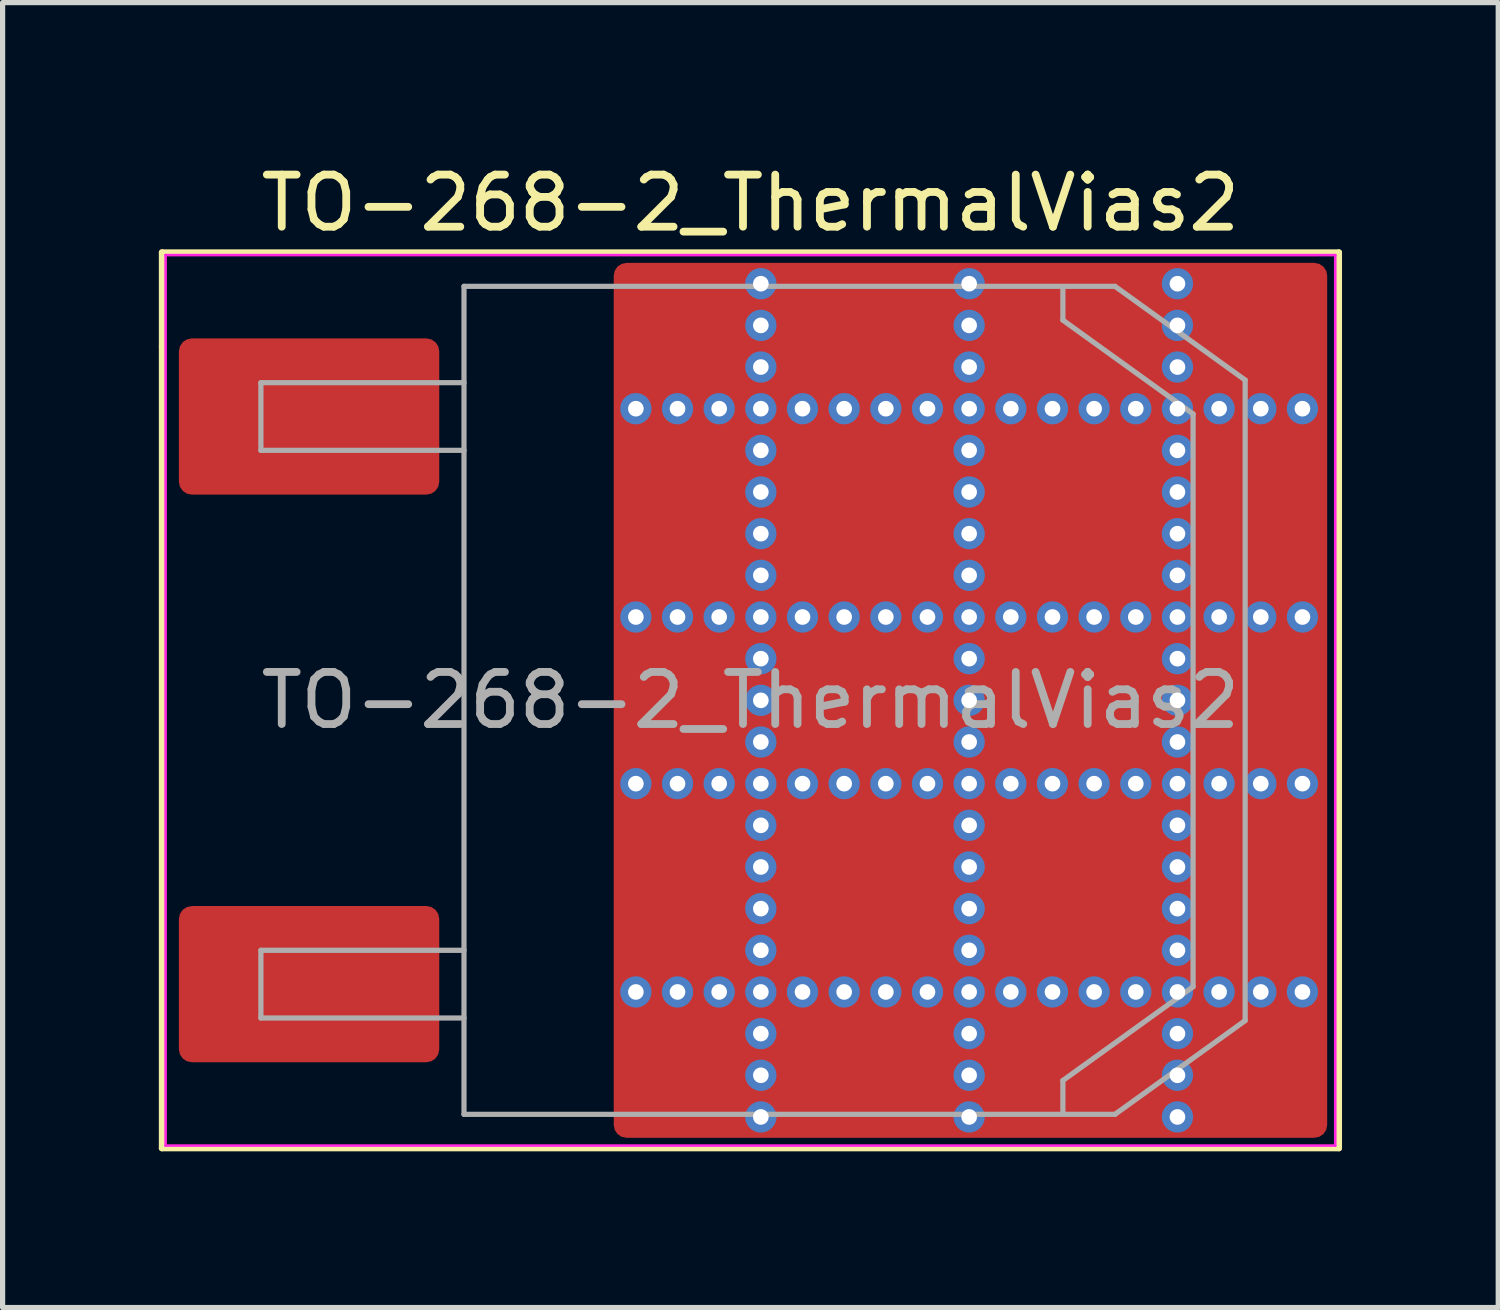
<source format=kicad_pcb>
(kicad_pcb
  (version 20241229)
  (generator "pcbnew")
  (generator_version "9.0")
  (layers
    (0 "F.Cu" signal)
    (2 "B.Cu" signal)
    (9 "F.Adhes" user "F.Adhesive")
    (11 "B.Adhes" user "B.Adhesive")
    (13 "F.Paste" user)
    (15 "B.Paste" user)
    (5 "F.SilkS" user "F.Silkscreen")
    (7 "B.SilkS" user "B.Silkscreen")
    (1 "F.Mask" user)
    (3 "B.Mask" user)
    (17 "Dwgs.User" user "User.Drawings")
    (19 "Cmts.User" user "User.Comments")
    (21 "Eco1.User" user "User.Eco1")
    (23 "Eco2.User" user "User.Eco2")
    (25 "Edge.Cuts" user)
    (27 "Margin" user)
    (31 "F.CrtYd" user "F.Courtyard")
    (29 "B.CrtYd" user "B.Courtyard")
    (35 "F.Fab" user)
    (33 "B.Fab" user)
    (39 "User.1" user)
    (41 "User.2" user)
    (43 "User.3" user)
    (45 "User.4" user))
  (footprint "TO-268-2_ThermalVias2"
    (layer "F.Cu")
    (at 11.36 10.398)
    (property "Reference" "TO-268-2_ThermalVias2" (at 0 -9.55 0) (layer "F.SilkS") (effects (font (size 1 1) (thickness 0.15))))
    (attr smd)
    (fp_line (start -11.3 -8.6) (end 11.3 -8.6) (stroke (width 0.12) (type solid)) (layer "F.SilkS"))
    (fp_line (start -11.3 -6.795) (end -11.3 -8.6) (stroke (width 0.12) (type solid)) (layer "F.SilkS"))
    (fp_line (start -11.3 8.6) (end -11.3 -6.795) (stroke (width 0.12) (type solid)) (layer "F.SilkS"))
    (fp_line (start 11.3 -8.6) (end 11.3 8.6) (stroke (width 0.12) (type solid)) (layer "F.SilkS"))
    (fp_line (start 11.3 8.6) (end -11.3 8.6) (stroke (width 0.12) (type solid)) (layer "F.SilkS"))
    (fp_line (start -11.23 -8.55) (end -11.23 8.55) (stroke (width 0.05) (type solid)) (layer "F.CrtYd"))
    (fp_line (start -11.23 8.55) (end 11.23 8.55) (stroke (width 0.05) (type solid)) (layer "F.CrtYd"))
    (fp_line (start 11.23 -8.55) (end -11.23 -8.55) (stroke (width 0.05) (type solid)) (layer "F.CrtYd"))
    (fp_line (start 11.23 8.55) (end 11.23 -8.55) (stroke (width 0.05) (type solid)) (layer "F.CrtYd"))
    (fp_line (start -9.4 -6.1) (end -9.4 -4.8) (stroke (width 0.1) (type solid)) (layer "F.Fab"))
    (fp_line (start -9.4 -4.8) (end -5.5 -4.8) (stroke (width 0.1) (type solid)) (layer "F.Fab"))
    (fp_line (start -9.4 4.8) (end -9.4 6.1) (stroke (width 0.1) (type solid)) (layer "F.Fab"))
    (fp_line (start -9.4 6.1) (end -5.5 6.1) (stroke (width 0.1) (type solid)) (layer "F.Fab"))
    (fp_line (start -5.5 -7.95) (end 7 -7.95) (stroke (width 0.1) (type solid)) (layer "F.Fab"))
    (fp_line (start -5.5 -6.1) (end -9.4 -6.1) (stroke (width 0.1) (type solid)) (layer "F.Fab"))
    (fp_line (start -5.5 4.8) (end -9.4 4.8) (stroke (width 0.1) (type solid)) (layer "F.Fab"))
    (fp_line (start -5.5 7.95) (end -5.5 -7.95) (stroke (width 0.1) (type solid)) (layer "F.Fab"))
    (fp_line (start 6 -7.3) (end 6 -7.9) (stroke (width 0.1) (type solid)) (layer "F.Fab"))
    (fp_line (start 6 7.3) (end 8.5 5.5) (stroke (width 0.1) (type solid)) (layer "F.Fab"))
    (fp_line (start 6 7.9) (end 6 7.3) (stroke (width 0.1) (type solid)) (layer "F.Fab"))
    (fp_line (start 7 7.95) (end -5.5 7.95) (stroke (width 0.1) (type solid)) (layer "F.Fab"))
    (fp_line (start 7 7.95) (end 9.5 6.15) (stroke (width 0.1) (type solid)) (layer "F.Fab"))
    (fp_line (start 8.5 -5.5) (end 6 -7.3) (stroke (width 0.1) (type solid)) (layer "F.Fab"))
    (fp_line (start 8.5 -5.5) (end 8.5 5.5) (stroke (width 0.1) (type solid)) (layer "F.Fab"))
    (fp_line (start 9.5 -6.15) (end 7 -7.95) (stroke (width 0.1) (type solid)) (layer "F.Fab"))
    (fp_line (start 9.5 -6.15) (end 9.5 6.15) (stroke (width 0.1) (type solid)) (layer "F.Fab"))
    (fp_text user "${REFERENCE}" (at 0 0 0) (layer "F.Fab") (effects (font (size 1 1) (thickness 0.15))))
    (pad "" smd roundrect (at -1.85 -7.65) (size 0.9 0.9) (layers "F.Paste") (roundrect_rratio 0.25))
    (pad "" smd roundrect (at -1.85 -6.55) (size 0.9 0.9) (layers "F.Paste") (roundrect_rratio 0.25))
    (pad "" smd roundrect (at -1.85 -4.7) (size 0.9 0.9) (layers "F.Paste") (roundrect_rratio 0.25))
    (pad "" smd roundrect (at -1.85 -3.6) (size 0.9 0.9) (layers "F.Paste") (roundrect_rratio 0.25))
    (pad "" smd roundrect (at -1.85 -2.5) (size 0.9 0.9) (layers "F.Paste") (roundrect_rratio 0.25))
    (pad "" smd roundrect (at -1.85 -0.625) (size 0.9 0.95) (layers "F.Paste") (roundrect_rratio 0.25))
    (pad "" smd roundrect (at -1.85 0.625) (size 0.9 0.95) (layers "F.Paste") (roundrect_rratio 0.25))
    (pad "" smd roundrect (at -1.85 2.5) (size 0.9 0.9) (layers "F.Paste") (roundrect_rratio 0.25))
    (pad "" smd roundrect (at -1.85 3.6) (size 0.9 0.9) (layers "F.Paste") (roundrect_rratio 0.25))
    (pad "" smd roundrect (at -1.85 4.7) (size 0.9 0.9) (layers "F.Paste") (roundrect_rratio 0.25))
    (pad "" smd roundrect (at -1.85 6.55) (size 0.9 0.9) (layers "F.Paste") (roundrect_rratio 0.25))
    (pad "" smd roundrect (at -1.85 7.65) (size 0.9 0.9) (layers "F.Paste") (roundrect_rratio 0.25))
    (pad "" smd roundrect (at -1.312 -7.1 90) (size 2.4 2.425) (layers "F.Mask") (roundrect_rratio 0.104))
    (pad "" smd roundrect (at -1.312 -3.6 90) (size 3.4 2.425) (layers "F.Mask") (roundrect_rratio 0.103))
    (pad "" smd roundrect (at -1.312 0 90) (size 2.6 2.425) (layers "F.Mask") (roundrect_rratio 0.103))
    (pad "" smd roundrect (at -1.312 3.6 90) (size 3.4 2.425) (layers "F.Mask") (roundrect_rratio 0.103))
    (pad "" smd roundrect (at -1.312 7.1 90) (size 2.4 2.425) (layers "F.Mask") (roundrect_rratio 0.104))
    (pad "" smd roundrect (at -0.75 -7.65) (size 0.9 0.9) (layers "F.Paste") (roundrect_rratio 0.25))
    (pad "" smd roundrect (at -0.75 -6.55) (size 0.9 0.9) (layers "F.Paste") (roundrect_rratio 0.25))
    (pad "" smd roundrect (at -0.75 -4.7) (size 0.9 0.9) (layers "F.Paste") (roundrect_rratio 0.25))
    (pad "" smd roundrect (at -0.75 -3.6) (size 0.9 0.9) (layers "F.Paste") (roundrect_rratio 0.25))
    (pad "" smd roundrect (at -0.75 -2.5) (size 0.9 0.9) (layers "F.Paste") (roundrect_rratio 0.25))
    (pad "" smd roundrect (at -0.75 -0.625) (size 0.9 0.95) (layers "F.Paste") (roundrect_rratio 0.25))
    (pad "" smd roundrect (at -0.75 0.625) (size 0.9 0.95) (layers "F.Paste") (roundrect_rratio 0.25))
    (pad "" smd roundrect (at -0.75 2.5) (size 0.9 0.9) (layers "F.Paste") (roundrect_rratio 0.25))
    (pad "" smd roundrect (at -0.75 3.6) (size 0.9 0.9) (layers "F.Paste") (roundrect_rratio 0.25))
    (pad "" smd roundrect (at -0.75 4.7) (size 0.9 0.9) (layers "F.Paste") (roundrect_rratio 0.25))
    (pad "" smd roundrect (at -0.75 6.55) (size 0.9 0.9) (layers "F.Paste") (roundrect_rratio 0.25))
    (pad "" smd roundrect (at -0.75 7.65) (size 0.9 0.9) (layers "F.Paste") (roundrect_rratio 0.25))
    (pad "" smd roundrect (at 1.1 -7.65) (size 0.9 0.9) (layers "F.Paste") (roundrect_rratio 0.25))
    (pad "" smd roundrect (at 1.1 -6.55) (size 0.9 0.9) (layers "F.Paste") (roundrect_rratio 0.25))
    (pad "" smd roundrect (at 1.1 -4.7) (size 0.9 0.9) (layers "F.Paste") (roundrect_rratio 0.25))
    (pad "" smd roundrect (at 1.1 -3.6) (size 0.9 0.9) (layers "F.Paste") (roundrect_rratio 0.25))
    (pad "" smd roundrect (at 1.1 -2.5) (size 0.9 0.9) (layers "F.Paste") (roundrect_rratio 0.25))
    (pad "" smd roundrect (at 1.1 -0.625) (size 0.9 0.95) (layers "F.Paste") (roundrect_rratio 0.25))
    (pad "" smd roundrect (at 1.1 0.625) (size 0.9 0.95) (layers "F.Paste") (roundrect_rratio 0.25))
    (pad "" smd roundrect (at 1.1 2.5) (size 0.9 0.9) (layers "F.Paste") (roundrect_rratio 0.25))
    (pad "" smd roundrect (at 1.1 3.6) (size 0.9 0.9) (layers "F.Paste") (roundrect_rratio 0.25))
    (pad "" smd roundrect (at 1.1 4.7) (size 0.9 0.9) (layers "F.Paste") (roundrect_rratio 0.25))
    (pad "" smd roundrect (at 1.1 6.55) (size 0.9 0.9) (layers "F.Paste") (roundrect_rratio 0.25))
    (pad "" smd roundrect (at 1.1 7.65) (size 0.9 0.9) (layers "F.Paste") (roundrect_rratio 0.25))
    (pad "" smd roundrect (at 2.2 -7.65) (size 0.9 0.9) (layers "F.Paste") (roundrect_rratio 0.25))
    (pad "" smd roundrect (at 2.2 -7.1 90) (size 2.4 3.4) (layers "F.Mask") (roundrect_rratio 0.104))
    (pad "" smd roundrect (at 2.2 -6.55) (size 0.9 0.9) (layers "F.Paste") (roundrect_rratio 0.25))
    (pad "" smd roundrect (at 2.2 -4.7) (size 0.9 0.9) (layers "F.Paste") (roundrect_rratio 0.25))
    (pad "" smd roundrect (at 2.2 -3.6) (size 0.9 0.9) (layers "F.Paste") (roundrect_rratio 0.25))
    (pad "" smd roundrect (at 2.2 -3.6 90) (size 3.4 3.4) (layers "F.Mask") (roundrect_rratio 0.074))
    (pad "" smd roundrect (at 2.2 -2.5) (size 0.9 0.9) (layers "F.Paste") (roundrect_rratio 0.25))
    (pad "" smd roundrect (at 2.2 -0.625) (size 0.9 0.95) (layers "F.Paste") (roundrect_rratio 0.25))
    (pad "" smd roundrect (at 2.2 0 90) (size 2.6 3.4) (layers "F.Mask") (roundrect_rratio 0.096))
    (pad "" smd roundrect (at 2.2 0.625) (size 0.9 0.95) (layers "F.Paste") (roundrect_rratio 0.25))
    (pad "" smd roundrect (at 2.2 2.5) (size 0.9 0.9) (layers "F.Paste") (roundrect_rratio 0.25))
    (pad "" smd roundrect (at 2.2 3.6) (size 0.9 0.9) (layers "F.Paste") (roundrect_rratio 0.25))
    (pad "" smd roundrect (at 2.2 3.6 90) (size 3.4 3.4) (layers "F.Mask") (roundrect_rratio 0.074))
    (pad "" smd roundrect (at 2.2 4.7) (size 0.9 0.9) (layers "F.Paste") (roundrect_rratio 0.25))
    (pad "" smd roundrect (at 2.2 6.55) (size 0.9 0.9) (layers "F.Paste") (roundrect_rratio 0.25))
    (pad "" smd roundrect (at 2.2 7.1 90) (size 2.4 3.4) (layers "F.Mask") (roundrect_rratio 0.104))
    (pad "" smd roundrect (at 2.2 7.65) (size 0.9 0.9) (layers "F.Paste") (roundrect_rratio 0.25))
    (pad "" smd roundrect (at 3.3 -7.65) (size 0.9 0.9) (layers "F.Paste") (roundrect_rratio 0.25))
    (pad "" smd roundrect (at 3.3 -6.55) (size 0.9 0.9) (layers "F.Paste") (roundrect_rratio 0.25))
    (pad "" smd roundrect (at 3.3 -4.7) (size 0.9 0.9) (layers "F.Paste") (roundrect_rratio 0.25))
    (pad "" smd roundrect (at 3.3 -3.6) (size 0.9 0.9) (layers "F.Paste") (roundrect_rratio 0.25))
    (pad "" smd roundrect (at 3.3 -2.5) (size 0.9 0.9) (layers "F.Paste") (roundrect_rratio 0.25))
    (pad "" smd roundrect (at 3.3 -0.625) (size 0.9 0.95) (layers "F.Paste") (roundrect_rratio 0.25))
    (pad "" smd roundrect (at 3.3 0.625) (size 0.9 0.95) (layers "F.Paste") (roundrect_rratio 0.25))
    (pad "" smd roundrect (at 3.3 2.5) (size 0.9 0.9) (layers "F.Paste") (roundrect_rratio 0.25))
    (pad "" smd roundrect (at 3.3 3.6) (size 0.9 0.9) (layers "F.Paste") (roundrect_rratio 0.25))
    (pad "" smd roundrect (at 3.3 4.7) (size 0.9 0.9) (layers "F.Paste") (roundrect_rratio 0.25))
    (pad "" smd roundrect (at 3.3 6.55) (size 0.9 0.9) (layers "F.Paste") (roundrect_rratio 0.25))
    (pad "" smd roundrect (at 3.3 7.65) (size 0.9 0.9) (layers "F.Paste") (roundrect_rratio 0.25))
    (pad "" smd roundrect (at 5.1 -7.65) (size 0.9 0.9) (layers "F.Paste") (roundrect_rratio 0.25))
    (pad "" smd roundrect (at 5.1 -6.55) (size 0.9 0.9) (layers "F.Paste") (roundrect_rratio 0.25))
    (pad "" smd roundrect (at 5.1 -4.7) (size 0.9 0.9) (layers "F.Paste") (roundrect_rratio 0.25))
    (pad "" smd roundrect (at 5.1 -3.6) (size 0.9 0.9) (layers "F.Paste") (roundrect_rratio 0.25))
    (pad "" smd roundrect (at 5.1 -2.5) (size 0.9 0.9) (layers "F.Paste") (roundrect_rratio 0.25))
    (pad "" smd roundrect (at 5.1 -0.625) (size 0.9 0.95) (layers "F.Paste") (roundrect_rratio 0.25))
    (pad "" smd roundrect (at 5.1 0.625) (size 0.9 0.95) (layers "F.Paste") (roundrect_rratio 0.25))
    (pad "" smd roundrect (at 5.1 2.5) (size 0.9 0.9) (layers "F.Paste") (roundrect_rratio 0.25))
    (pad "" smd roundrect (at 5.1 3.6) (size 0.9 0.9) (layers "F.Paste") (roundrect_rratio 0.25))
    (pad "" smd roundrect (at 5.1 4.7) (size 0.9 0.9) (layers "F.Paste") (roundrect_rratio 0.25))
    (pad "" smd roundrect (at 5.1 6.55) (size 0.9 0.9) (layers "F.Paste") (roundrect_rratio 0.25))
    (pad "" smd roundrect (at 5.1 7.65) (size 0.9 0.9) (layers "F.Paste") (roundrect_rratio 0.25))
    (pad "" smd roundrect (at 6.2 -7.65) (size 0.9 0.9) (layers "F.Paste") (roundrect_rratio 0.25))
    (pad "" smd roundrect (at 6.2 -7.1 90) (size 2.4 3.4) (layers "F.Mask") (roundrect_rratio 0.104))
    (pad "" smd roundrect (at 6.2 -6.55) (size 0.9 0.9) (layers "F.Paste") (roundrect_rratio 0.25))
    (pad "" smd roundrect (at 6.2 -4.7) (size 0.9 0.9) (layers "F.Paste") (roundrect_rratio 0.25))
    (pad "" smd roundrect (at 6.2 -3.6) (size 0.9 0.9) (layers "F.Paste") (roundrect_rratio 0.25))
    (pad "" smd roundrect (at 6.2 -3.6 90) (size 3.4 3.4) (layers "F.Mask") (roundrect_rratio 0.074))
    (pad "" smd roundrect (at 6.2 -2.5) (size 0.9 0.9) (layers "F.Paste") (roundrect_rratio 0.25))
    (pad "" smd roundrect (at 6.2 -0.625) (size 0.9 0.95) (layers "F.Paste") (roundrect_rratio 0.25))
    (pad "" smd roundrect (at 6.2 0 90) (size 2.6 3.4) (layers "F.Mask") (roundrect_rratio 0.096))
    (pad "" smd roundrect (at 6.2 0.625) (size 0.9 0.95) (layers "F.Paste") (roundrect_rratio 0.25))
    (pad "" smd roundrect (at 6.2 2.5) (size 0.9 0.9) (layers "F.Paste") (roundrect_rratio 0.25))
    (pad "" smd roundrect (at 6.2 3.6) (size 0.9 0.9) (layers "F.Paste") (roundrect_rratio 0.25))
    (pad "" smd roundrect (at 6.2 3.6 90) (size 3.4 3.4) (layers "F.Mask") (roundrect_rratio 0.074))
    (pad "" smd roundrect (at 6.2 4.7) (size 0.9 0.9) (layers "F.Paste") (roundrect_rratio 0.25))
    (pad "" smd roundrect (at 6.2 6.55) (size 0.9 0.9) (layers "F.Paste") (roundrect_rratio 0.25))
    (pad "" smd roundrect (at 6.2 7.1 90) (size 2.4 3.4) (layers "F.Mask") (roundrect_rratio 0.104))
    (pad "" smd roundrect (at 6.2 7.65) (size 0.9 0.9) (layers "F.Paste") (roundrect_rratio 0.25))
    (pad "" smd roundrect (at 7.3 -7.65) (size 0.9 0.9) (layers "F.Paste") (roundrect_rratio 0.25))
    (pad "" smd roundrect (at 7.3 -6.55) (size 0.9 0.9) (layers "F.Paste") (roundrect_rratio 0.25))
    (pad "" smd roundrect (at 7.3 -4.7) (size 0.9 0.9) (layers "F.Paste") (roundrect_rratio 0.25))
    (pad "" smd roundrect (at 7.3 -3.6) (size 0.9 0.9) (layers "F.Paste") (roundrect_rratio 0.25))
    (pad "" smd roundrect (at 7.3 -2.5) (size 0.9 0.9) (layers "F.Paste") (roundrect_rratio 0.25))
    (pad "" smd roundrect (at 7.3 -0.625) (size 0.9 0.95) (layers "F.Paste") (roundrect_rratio 0.25))
    (pad "" smd roundrect (at 7.3 0.625) (size 0.9 0.95) (layers "F.Paste") (roundrect_rratio 0.25))
    (pad "" smd roundrect (at 7.3 2.5) (size 0.9 0.9) (layers "F.Paste") (roundrect_rratio 0.25))
    (pad "" smd roundrect (at 7.3 3.6) (size 0.9 0.9) (layers "F.Paste") (roundrect_rratio 0.25))
    (pad "" smd roundrect (at 7.3 4.7) (size 0.9 0.9) (layers "F.Paste") (roundrect_rratio 0.25))
    (pad "" smd roundrect (at 7.3 6.55) (size 0.9 0.9) (layers "F.Paste") (roundrect_rratio 0.25))
    (pad "" smd roundrect (at 7.3 7.65) (size 0.9 0.9) (layers "F.Paste") (roundrect_rratio 0.25))
    (pad "" smd roundrect (at 9.15 -7.65) (size 0.9 0.9) (layers "F.Paste") (roundrect_rratio 0.25))
    (pad "" smd roundrect (at 9.15 -6.55) (size 0.9 0.9) (layers "F.Paste") (roundrect_rratio 0.25))
    (pad "" smd roundrect (at 9.15 -4.7) (size 0.9 0.9) (layers "F.Paste") (roundrect_rratio 0.25))
    (pad "" smd roundrect (at 9.15 -3.6) (size 0.9 0.9) (layers "F.Paste") (roundrect_rratio 0.25))
    (pad "" smd roundrect (at 9.15 -2.5) (size 0.9 0.9) (layers "F.Paste") (roundrect_rratio 0.25))
    (pad "" smd roundrect (at 9.15 -0.625) (size 0.9 0.95) (layers "F.Paste") (roundrect_rratio 0.25))
    (pad "" smd roundrect (at 9.15 0.625) (size 0.9 0.95) (layers "F.Paste") (roundrect_rratio 0.25))
    (pad "" smd roundrect (at 9.15 2.5) (size 0.9 0.9) (layers "F.Paste") (roundrect_rratio 0.25))
    (pad "" smd roundrect (at 9.15 3.6) (size 0.9 0.9) (layers "F.Paste") (roundrect_rratio 0.25))
    (pad "" smd roundrect (at 9.15 4.7) (size 0.9 0.9) (layers "F.Paste") (roundrect_rratio 0.25))
    (pad "" smd roundrect (at 9.15 6.55) (size 0.9 0.9) (layers "F.Paste") (roundrect_rratio 0.25))
    (pad "" smd roundrect (at 9.15 7.65) (size 0.9 0.9) (layers "F.Paste") (roundrect_rratio 0.25))
    (pad "" smd roundrect (at 9.738 -7.1 90) (size 2.4 2.475) (layers "F.Mask") (roundrect_rratio 0.104))
    (pad "" smd roundrect (at 9.738 -3.6 90) (size 3.4 2.475) (layers "F.Mask") (roundrect_rratio 0.101))
    (pad "" smd roundrect (at 9.738 0 90) (size 2.6 2.475) (layers "F.Mask") (roundrect_rratio 0.101))
    (pad "" smd roundrect (at 9.738 3.6 90) (size 3.4 2.475) (layers "F.Mask") (roundrect_rratio 0.101))
    (pad "" smd roundrect (at 9.738 7.1 90) (size 2.4 2.475) (layers "F.Mask") (roundrect_rratio 0.104))
    (pad "" smd roundrect (at 10.25 -7.65) (size 0.9 0.9) (layers "F.Paste") (roundrect_rratio 0.25))
    (pad "" smd roundrect (at 10.25 -6.55) (size 0.9 0.9) (layers "F.Paste") (roundrect_rratio 0.25))
    (pad "" smd roundrect (at 10.25 -4.7) (size 0.9 0.9) (layers "F.Paste") (roundrect_rratio 0.25))
    (pad "" smd roundrect (at 10.25 -3.6) (size 0.9 0.9) (layers "F.Paste") (roundrect_rratio 0.25))
    (pad "" smd roundrect (at 10.25 -2.5) (size 0.9 0.9) (layers "F.Paste") (roundrect_rratio 0.25))
    (pad "" smd roundrect (at 10.25 -0.625) (size 0.9 0.95) (layers "F.Paste") (roundrect_rratio 0.25))
    (pad "" smd roundrect (at 10.25 0.625) (size 0.9 0.95) (layers "F.Paste") (roundrect_rratio 0.25))
    (pad "" smd roundrect (at 10.25 2.5) (size 0.9 0.9) (layers "F.Paste") (roundrect_rratio 0.25))
    (pad "" smd roundrect (at 10.25 3.6) (size 0.9 0.9) (layers "F.Paste") (roundrect_rratio 0.25))
    (pad "" smd roundrect (at 10.25 4.7) (size 0.9 0.9) (layers "F.Paste") (roundrect_rratio 0.25))
    (pad "" smd roundrect (at 10.25 6.55) (size 0.9 0.9) (layers "F.Paste") (roundrect_rratio 0.25))
    (pad "" smd roundrect (at 10.25 7.65) (size 0.9 0.9) (layers "F.Paste") (roundrect_rratio 0.25))
    (pad "1" smd roundrect (at -8.475 -5.45) (size 5 3) (layers "F.Cu" "F.Mask" "F.Paste") (roundrect_rratio 0.083))
    (pad "2" thru_hole circle (at -2.2 -5.6) (size 0.6 0.6) (drill 0.3) (property pad_prop_heatsink) (layers "*.Cu" "*.Mask"))
    (pad "2" thru_hole circle (at -2.2 -1.6) (size 0.6 0.6) (drill 0.3) (property pad_prop_heatsink) (layers "*.Cu" "*.Mask"))
    (pad "2" thru_hole circle (at -2.2 1.6) (size 0.6 0.6) (drill 0.3) (property pad_prop_heatsink) (layers "*.Cu" "*.Mask"))
    (pad "2" thru_hole circle (at -2.2 5.6) (size 0.6 0.6) (drill 0.3) (property pad_prop_heatsink) (layers "*.Cu" "*.Mask"))
    (pad "2" thru_hole circle (at -1.4 -5.6) (size 0.6 0.6) (drill 0.3) (property pad_prop_heatsink) (layers "*.Cu" "*.Mask"))
    (pad "2" thru_hole circle (at -1.4 -1.6) (size 0.6 0.6) (drill 0.3) (property pad_prop_heatsink) (layers "*.Cu" "*.Mask"))
    (pad "2" thru_hole circle (at -1.4 1.6) (size 0.6 0.6) (drill 0.3) (property pad_prop_heatsink) (layers "*.Cu" "*.Mask"))
    (pad "2" thru_hole circle (at -1.4 5.6) (size 0.6 0.6) (drill 0.3) (property pad_prop_heatsink) (layers "*.Cu" "*.Mask"))
    (pad "2" thru_hole circle (at -0.6 -5.6) (size 0.6 0.6) (drill 0.3) (property pad_prop_heatsink) (layers "*.Cu" "*.Mask"))
    (pad "2" thru_hole circle (at -0.6 -1.6) (size 0.6 0.6) (drill 0.3) (property pad_prop_heatsink) (layers "*.Cu" "*.Mask"))
    (pad "2" thru_hole circle (at -0.6 1.6) (size 0.6 0.6) (drill 0.3) (property pad_prop_heatsink) (layers "*.Cu" "*.Mask"))
    (pad "2" thru_hole circle (at -0.6 5.6) (size 0.6 0.6) (drill 0.3) (property pad_prop_heatsink) (layers "*.Cu" "*.Mask"))
    (pad "2" thru_hole circle (at 0.2 -8) (size 0.6 0.6) (drill 0.3) (property pad_prop_heatsink) (layers "*.Cu" "*.Mask"))
    (pad "2" thru_hole circle (at 0.2 -7.2) (size 0.6 0.6) (drill 0.3) (property pad_prop_heatsink) (layers "*.Cu" "*.Mask"))
    (pad "2" thru_hole circle (at 0.2 -6.4) (size 0.6 0.6) (drill 0.3) (property pad_prop_heatsink) (layers "*.Cu" "*.Mask"))
    (pad "2" thru_hole circle (at 0.2 -5.6) (size 0.6 0.6) (drill 0.3) (property pad_prop_heatsink) (layers "*.Cu" "*.Mask"))
    (pad "2" thru_hole circle (at 0.2 -4.8) (size 0.6 0.6) (drill 0.3) (property pad_prop_heatsink) (layers "*.Cu" "*.Mask"))
    (pad "2" thru_hole circle (at 0.2 -4) (size 0.6 0.6) (drill 0.3) (property pad_prop_heatsink) (layers "*.Cu" "*.Mask"))
    (pad "2" thru_hole circle (at 0.2 -3.2) (size 0.6 0.6) (drill 0.3) (property pad_prop_heatsink) (layers "*.Cu" "*.Mask"))
    (pad "2" thru_hole circle (at 0.2 -2.4) (size 0.6 0.6) (drill 0.3) (property pad_prop_heatsink) (layers "*.Cu" "*.Mask"))
    (pad "2" thru_hole circle (at 0.2 -1.6) (size 0.6 0.6) (drill 0.3) (property pad_prop_heatsink) (layers "*.Cu" "*.Mask"))
    (pad "2" thru_hole circle (at 0.2 -0.8) (size 0.6 0.6) (drill 0.3) (property pad_prop_heatsink) (layers "*.Cu" "*.Mask"))
    (pad "2" thru_hole circle (at 0.2 0) (size 0.6 0.6) (drill 0.3) (property pad_prop_heatsink) (layers "*.Cu" "*.Mask"))
    (pad "2" thru_hole circle (at 0.2 0.8) (size 0.6 0.6) (drill 0.3) (property pad_prop_heatsink) (layers "*.Cu" "*.Mask"))
    (pad "2" thru_hole circle (at 0.2 1.6) (size 0.6 0.6) (drill 0.3) (property pad_prop_heatsink) (layers "*.Cu" "*.Mask"))
    (pad "2" thru_hole circle (at 0.2 2.4) (size 0.6 0.6) (drill 0.3) (property pad_prop_heatsink) (layers "*.Cu" "*.Mask"))
    (pad "2" thru_hole circle (at 0.2 3.2) (size 0.6 0.6) (drill 0.3) (property pad_prop_heatsink) (layers "*.Cu" "*.Mask"))
    (pad "2" thru_hole circle (at 0.2 4) (size 0.6 0.6) (drill 0.3) (property pad_prop_heatsink) (layers "*.Cu" "*.Mask"))
    (pad "2" thru_hole circle (at 0.2 4.8) (size 0.6 0.6) (drill 0.3) (property pad_prop_heatsink) (layers "*.Cu" "*.Mask"))
    (pad "2" thru_hole circle (at 0.2 5.6) (size 0.6 0.6) (drill 0.3) (property pad_prop_heatsink) (layers "*.Cu" "*.Mask"))
    (pad "2" thru_hole circle (at 0.2 6.4) (size 0.6 0.6) (drill 0.3) (property pad_prop_heatsink) (layers "*.Cu" "*.Mask"))
    (pad "2" thru_hole circle (at 0.2 7.2) (size 0.6 0.6) (drill 0.3) (property pad_prop_heatsink) (layers "*.Cu" "*.Mask"))
    (pad "2" thru_hole circle (at 0.2 8) (size 0.6 0.6) (drill 0.3) (property pad_prop_heatsink) (layers "*.Cu" "*.Mask"))
    (pad "2" thru_hole circle (at 1 -5.6) (size 0.6 0.6) (drill 0.3) (property pad_prop_heatsink) (layers "*.Cu" "*.Mask"))
    (pad "2" thru_hole circle (at 1 -1.6) (size 0.6 0.6) (drill 0.3) (property pad_prop_heatsink) (layers "*.Cu" "*.Mask"))
    (pad "2" thru_hole circle (at 1 1.6) (size 0.6 0.6) (drill 0.3) (property pad_prop_heatsink) (layers "*.Cu" "*.Mask"))
    (pad "2" thru_hole circle (at 1 5.6) (size 0.6 0.6) (drill 0.3) (property pad_prop_heatsink) (layers "*.Cu" "*.Mask"))
    (pad "2" thru_hole circle (at 1.8 -5.6) (size 0.6 0.6) (drill 0.3) (property pad_prop_heatsink) (layers "*.Cu" "*.Mask"))
    (pad "2" thru_hole circle (at 1.8 -1.6) (size 0.6 0.6) (drill 0.3) (property pad_prop_heatsink) (layers "*.Cu" "*.Mask"))
    (pad "2" thru_hole circle (at 1.8 1.6) (size 0.6 0.6) (drill 0.3) (property pad_prop_heatsink) (layers "*.Cu" "*.Mask"))
    (pad "2" thru_hole circle (at 1.8 5.6) (size 0.6 0.6) (drill 0.3) (property pad_prop_heatsink) (layers "*.Cu" "*.Mask"))
    (pad "2" thru_hole circle (at 2.6 -5.6) (size 0.6 0.6) (drill 0.3) (property pad_prop_heatsink) (layers "*.Cu" "*.Mask"))
    (pad "2" thru_hole circle (at 2.6 -1.6) (size 0.6 0.6) (drill 0.3) (property pad_prop_heatsink) (layers "*.Cu" "*.Mask"))
    (pad "2" thru_hole circle (at 2.6 1.6) (size 0.6 0.6) (drill 0.3) (property pad_prop_heatsink) (layers "*.Cu" "*.Mask"))
    (pad "2" thru_hole circle (at 2.6 5.6) (size 0.6 0.6) (drill 0.3) (property pad_prop_heatsink) (layers "*.Cu" "*.Mask"))
    (pad "2" thru_hole circle (at 3.4 -5.6) (size 0.6 0.6) (drill 0.3) (property pad_prop_heatsink) (layers "*.Cu" "*.Mask"))
    (pad "2" thru_hole circle (at 3.4 -1.6) (size 0.6 0.6) (drill 0.3) (property pad_prop_heatsink) (layers "*.Cu" "*.Mask"))
    (pad "2" thru_hole circle (at 3.4 1.6) (size 0.6 0.6) (drill 0.3) (property pad_prop_heatsink) (layers "*.Cu" "*.Mask"))
    (pad "2" thru_hole circle (at 3.4 5.6) (size 0.6 0.6) (drill 0.3) (property pad_prop_heatsink) (layers "*.Cu" "*.Mask"))
    (pad "2" thru_hole circle (at 4.2 -8) (size 0.6 0.6) (drill 0.3) (property pad_prop_heatsink) (layers "*.Cu" "*.Mask"))
    (pad "2" thru_hole circle (at 4.2 -7.2) (size 0.6 0.6) (drill 0.3) (property pad_prop_heatsink) (layers "*.Cu" "*.Mask"))
    (pad "2" thru_hole circle (at 4.2 -6.4) (size 0.6 0.6) (drill 0.3) (property pad_prop_heatsink) (layers "*.Cu" "*.Mask"))
    (pad "2" thru_hole circle (at 4.2 -5.6) (size 0.6 0.6) (drill 0.3) (property pad_prop_heatsink) (layers "*.Cu" "*.Mask"))
    (pad "2" thru_hole circle (at 4.2 -4.8) (size 0.6 0.6) (drill 0.3) (property pad_prop_heatsink) (layers "*.Cu" "*.Mask"))
    (pad "2" thru_hole circle (at 4.2 -4) (size 0.6 0.6) (drill 0.3) (property pad_prop_heatsink) (layers "*.Cu" "*.Mask"))
    (pad "2" thru_hole circle (at 4.2 -3.2) (size 0.6 0.6) (drill 0.3) (property pad_prop_heatsink) (layers "*.Cu" "*.Mask"))
    (pad "2" thru_hole circle (at 4.2 -2.4) (size 0.6 0.6) (drill 0.3) (property pad_prop_heatsink) (layers "*.Cu" "*.Mask"))
    (pad "2" thru_hole circle (at 4.2 -1.6) (size 0.6 0.6) (drill 0.3) (property pad_prop_heatsink) (layers "*.Cu" "*.Mask"))
    (pad "2" thru_hole circle (at 4.2 -0.8) (size 0.6 0.6) (drill 0.3) (property pad_prop_heatsink) (layers "*.Cu" "*.Mask"))
    (pad "2" thru_hole circle (at 4.2 0) (size 0.6 0.6) (drill 0.3) (property pad_prop_heatsink) (layers "*.Cu" "*.Mask"))
    (pad "2" thru_hole circle (at 4.2 0.8) (size 0.6 0.6) (drill 0.3) (property pad_prop_heatsink) (layers "*.Cu" "*.Mask"))
    (pad "2" thru_hole circle (at 4.2 1.6) (size 0.6 0.6) (drill 0.3) (property pad_prop_heatsink) (layers "*.Cu" "*.Mask"))
    (pad "2" thru_hole circle (at 4.2 2.4) (size 0.6 0.6) (drill 0.3) (property pad_prop_heatsink) (layers "*.Cu" "*.Mask"))
    (pad "2" thru_hole circle (at 4.2 3.2) (size 0.6 0.6) (drill 0.3) (property pad_prop_heatsink) (layers "*.Cu" "*.Mask"))
    (pad "2" thru_hole circle (at 4.2 4) (size 0.6 0.6) (drill 0.3) (property pad_prop_heatsink) (layers "*.Cu" "*.Mask"))
    (pad "2" thru_hole circle (at 4.2 4.8) (size 0.6 0.6) (drill 0.3) (property pad_prop_heatsink) (layers "*.Cu" "*.Mask"))
    (pad "2" thru_hole circle (at 4.2 5.6) (size 0.6 0.6) (drill 0.3) (property pad_prop_heatsink) (layers "*.Cu" "*.Mask"))
    (pad "2" thru_hole circle (at 4.2 6.4) (size 0.6 0.6) (drill 0.3) (property pad_prop_heatsink) (layers "*.Cu" "*.Mask"))
    (pad "2" thru_hole circle (at 4.2 7.2) (size 0.6 0.6) (drill 0.3) (property pad_prop_heatsink) (layers "*.Cu" "*.Mask"))
    (pad "2" thru_hole circle (at 4.2 8) (size 0.6 0.6) (drill 0.3) (property pad_prop_heatsink) (layers "*.Cu" "*.Mask"))
    (pad "2" smd roundrect (at 4.225 0) (size 13.7 16.8) (layers "F.Cu") (roundrect_rratio 0.018))
    (pad "2" thru_hole circle (at 5 -5.6) (size 0.6 0.6) (drill 0.3) (property pad_prop_heatsink) (layers "*.Cu" "*.Mask"))
    (pad "2" thru_hole circle (at 5 -1.6) (size 0.6 0.6) (drill 0.3) (property pad_prop_heatsink) (layers "*.Cu" "*.Mask"))
    (pad "2" thru_hole circle (at 5 1.6) (size 0.6 0.6) (drill 0.3) (property pad_prop_heatsink) (layers "*.Cu" "*.Mask"))
    (pad "2" thru_hole circle (at 5 5.6) (size 0.6 0.6) (drill 0.3) (property pad_prop_heatsink) (layers "*.Cu" "*.Mask"))
    (pad "2" thru_hole circle (at 5.8 -5.6) (size 0.6 0.6) (drill 0.3) (property pad_prop_heatsink) (layers "*.Cu" "*.Mask"))
    (pad "2" thru_hole circle (at 5.8 -1.6) (size 0.6 0.6) (drill 0.3) (property pad_prop_heatsink) (layers "*.Cu" "*.Mask"))
    (pad "2" thru_hole circle (at 5.8 1.6) (size 0.6 0.6) (drill 0.3) (property pad_prop_heatsink) (layers "*.Cu" "*.Mask"))
    (pad "2" thru_hole circle (at 5.8 5.6) (size 0.6 0.6) (drill 0.3) (property pad_prop_heatsink) (layers "*.Cu" "*.Mask"))
    (pad "2" thru_hole circle (at 6.6 -5.6) (size 0.6 0.6) (drill 0.3) (property pad_prop_heatsink) (layers "*.Cu" "*.Mask"))
    (pad "2" thru_hole circle (at 6.6 -1.6) (size 0.6 0.6) (drill 0.3) (property pad_prop_heatsink) (layers "*.Cu" "*.Mask"))
    (pad "2" thru_hole circle (at 6.6 1.6) (size 0.6 0.6) (drill 0.3) (property pad_prop_heatsink) (layers "*.Cu" "*.Mask"))
    (pad "2" thru_hole circle (at 6.6 5.6) (size 0.6 0.6) (drill 0.3) (property pad_prop_heatsink) (layers "*.Cu" "*.Mask"))
    (pad "2" thru_hole circle (at 7.4 -5.6) (size 0.6 0.6) (drill 0.3) (property pad_prop_heatsink) (layers "*.Cu" "*.Mask"))
    (pad "2" thru_hole circle (at 7.4 -1.6) (size 0.6 0.6) (drill 0.3) (property pad_prop_heatsink) (layers "*.Cu" "*.Mask"))
    (pad "2" thru_hole circle (at 7.4 1.6) (size 0.6 0.6) (drill 0.3) (property pad_prop_heatsink) (layers "*.Cu" "*.Mask"))
    (pad "2" thru_hole circle (at 7.4 5.6) (size 0.6 0.6) (drill 0.3) (property pad_prop_heatsink) (layers "*.Cu" "*.Mask"))
    (pad "2" thru_hole circle (at 8.2 -8) (size 0.6 0.6) (drill 0.3) (property pad_prop_heatsink) (layers "*.Cu" "*.Mask"))
    (pad "2" thru_hole circle (at 8.2 -7.2) (size 0.6 0.6) (drill 0.3) (property pad_prop_heatsink) (layers "*.Cu" "*.Mask"))
    (pad "2" thru_hole circle (at 8.2 -6.4) (size 0.6 0.6) (drill 0.3) (property pad_prop_heatsink) (layers "*.Cu" "*.Mask"))
    (pad "2" thru_hole circle (at 8.2 -5.6) (size 0.6 0.6) (drill 0.3) (property pad_prop_heatsink) (layers "*.Cu" "*.Mask"))
    (pad "2" thru_hole circle (at 8.2 -4.8) (size 0.6 0.6) (drill 0.3) (property pad_prop_heatsink) (layers "*.Cu" "*.Mask"))
    (pad "2" thru_hole circle (at 8.2 -4) (size 0.6 0.6) (drill 0.3) (property pad_prop_heatsink) (layers "*.Cu" "*.Mask"))
    (pad "2" thru_hole circle (at 8.2 -3.2) (size 0.6 0.6) (drill 0.3) (property pad_prop_heatsink) (layers "*.Cu" "*.Mask"))
    (pad "2" thru_hole circle (at 8.2 -2.4) (size 0.6 0.6) (drill 0.3) (property pad_prop_heatsink) (layers "*.Cu" "*.Mask"))
    (pad "2" thru_hole circle (at 8.2 -1.6) (size 0.6 0.6) (drill 0.3) (property pad_prop_heatsink) (layers "*.Cu" "*.Mask"))
    (pad "2" thru_hole circle (at 8.2 -0.8) (size 0.6 0.6) (drill 0.3) (property pad_prop_heatsink) (layers "*.Cu" "*.Mask"))
    (pad "2" thru_hole circle (at 8.2 0) (size 0.6 0.6) (drill 0.3) (property pad_prop_heatsink) (layers "*.Cu" "*.Mask"))
    (pad "2" thru_hole circle (at 8.2 0.8) (size 0.6 0.6) (drill 0.3) (property pad_prop_heatsink) (layers "*.Cu" "*.Mask"))
    (pad "2" thru_hole circle (at 8.2 1.6) (size 0.6 0.6) (drill 0.3) (property pad_prop_heatsink) (layers "*.Cu" "*.Mask"))
    (pad "2" thru_hole circle (at 8.2 2.4) (size 0.6 0.6) (drill 0.3) (property pad_prop_heatsink) (layers "*.Cu" "*.Mask"))
    (pad "2" thru_hole circle (at 8.2 3.2) (size 0.6 0.6) (drill 0.3) (property pad_prop_heatsink) (layers "*.Cu" "*.Mask"))
    (pad "2" thru_hole circle (at 8.2 4) (size 0.6 0.6) (drill 0.3) (property pad_prop_heatsink) (layers "*.Cu" "*.Mask"))
    (pad "2" thru_hole circle (at 8.2 4.8) (size 0.6 0.6) (drill 0.3) (property pad_prop_heatsink) (layers "*.Cu" "*.Mask"))
    (pad "2" thru_hole circle (at 8.2 5.6) (size 0.6 0.6) (drill 0.3) (property pad_prop_heatsink) (layers "*.Cu" "*.Mask"))
    (pad "2" thru_hole circle (at 8.2 6.4) (size 0.6 0.6) (drill 0.3) (property pad_prop_heatsink) (layers "*.Cu" "*.Mask"))
    (pad "2" thru_hole circle (at 8.2 7.2) (size 0.6 0.6) (drill 0.3) (property pad_prop_heatsink) (layers "*.Cu" "*.Mask"))
    (pad "2" thru_hole circle (at 8.2 8) (size 0.6 0.6) (drill 0.3) (property pad_prop_heatsink) (layers "*.Cu" "*.Mask"))
    (pad "2" thru_hole circle (at 9 -5.6) (size 0.6 0.6) (drill 0.3) (property pad_prop_heatsink) (layers "*.Cu" "*.Mask"))
    (pad "2" thru_hole circle (at 9 -1.6) (size 0.6 0.6) (drill 0.3) (property pad_prop_heatsink) (layers "*.Cu" "*.Mask"))
    (pad "2" thru_hole circle (at 9 1.6) (size 0.6 0.6) (drill 0.3) (property pad_prop_heatsink) (layers "*.Cu" "*.Mask"))
    (pad "2" thru_hole circle (at 9 5.6) (size 0.6 0.6) (drill 0.3) (property pad_prop_heatsink) (layers "*.Cu" "*.Mask"))
    (pad "2" thru_hole circle (at 9.8 -5.6) (size 0.6 0.6) (drill 0.3) (property pad_prop_heatsink) (layers "*.Cu" "*.Mask"))
    (pad "2" thru_hole circle (at 9.8 -1.6) (size 0.6 0.6) (drill 0.3) (property pad_prop_heatsink) (layers "*.Cu" "*.Mask"))
    (pad "2" thru_hole circle (at 9.8 1.6) (size 0.6 0.6) (drill 0.3) (property pad_prop_heatsink) (layers "*.Cu" "*.Mask"))
    (pad "2" thru_hole circle (at 9.8 5.6) (size 0.6 0.6) (drill 0.3) (property pad_prop_heatsink) (layers "*.Cu" "*.Mask"))
    (pad "2" thru_hole circle (at 10.6 -5.6) (size 0.6 0.6) (drill 0.3) (property pad_prop_heatsink) (layers "*.Cu" "*.Mask"))
    (pad "2" thru_hole circle (at 10.6 -1.6) (size 0.6 0.6) (drill 0.3) (property pad_prop_heatsink) (layers "*.Cu" "*.Mask"))
    (pad "2" thru_hole circle (at 10.6 1.6) (size 0.6 0.6) (drill 0.3) (property pad_prop_heatsink) (layers "*.Cu" "*.Mask"))
    (pad "2" thru_hole circle (at 10.6 5.6) (size 0.6 0.6) (drill 0.3) (property pad_prop_heatsink) (layers "*.Cu" "*.Mask"))
    (pad "3" smd roundrect (at -8.475 5.45) (size 5 3) (layers "F.Cu" "F.Mask" "F.Paste") (roundrect_rratio 0.083)))
  (gr_rect
    (start -3 -3)
    (end 25.72 22.058)
    (stroke (width 0.1) (type default))
    (fill no)
    (layer "Edge.Cuts")))
</source>
